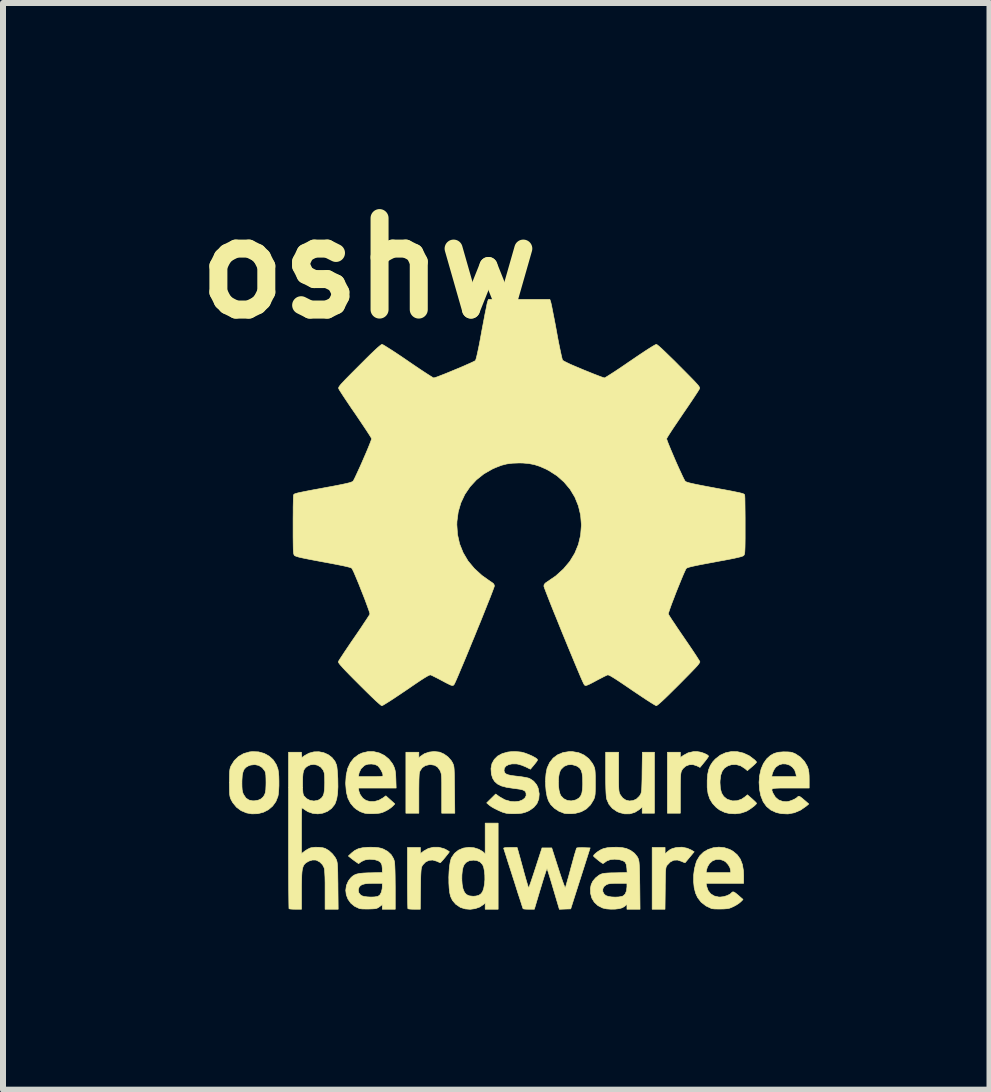
<source format=kicad_pcb>
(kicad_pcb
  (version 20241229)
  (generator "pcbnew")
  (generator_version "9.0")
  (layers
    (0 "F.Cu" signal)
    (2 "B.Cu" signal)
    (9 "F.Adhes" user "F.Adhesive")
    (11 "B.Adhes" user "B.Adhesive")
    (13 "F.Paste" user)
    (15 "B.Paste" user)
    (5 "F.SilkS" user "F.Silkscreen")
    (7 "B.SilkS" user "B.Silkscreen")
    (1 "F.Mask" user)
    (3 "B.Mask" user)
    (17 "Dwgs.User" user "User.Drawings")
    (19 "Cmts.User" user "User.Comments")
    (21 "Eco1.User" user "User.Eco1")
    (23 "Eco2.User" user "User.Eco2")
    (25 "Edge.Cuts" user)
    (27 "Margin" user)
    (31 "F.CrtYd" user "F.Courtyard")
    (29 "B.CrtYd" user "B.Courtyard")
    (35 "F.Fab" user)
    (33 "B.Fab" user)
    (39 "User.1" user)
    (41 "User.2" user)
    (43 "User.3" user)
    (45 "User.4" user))
  (footprint "oshw"
    (layer "F.Cu")
    (at 5.592 7.018)
    (property "Reference" "oshw" (at -2.5 -5.6 0) (layer "F.SilkS") (effects (font (size 1.524 1.524) (thickness 0.3))))
    (attr through_hole)
    (fp_poly (pts (xy 3.019 2.461) (xy 3.066 2.474) (xy 3.11 2.492) (xy 3.144 2.51) (xy 3.161 2.526) (xy 3.162 2.53) (xy 3.155 2.545) (xy 3.134 2.575) (xy 3.105 2.613) (xy 3.091 2.63) (xy 3.02 2.717) (xy 2.968 2.691) (xy 2.903 2.67) (xy 2.839 2.673) (xy 2.781 2.696) (xy 2.733 2.74) (xy 2.715 2.77) (xy 2.708 2.785) (xy 2.703 2.806) (xy 2.699 2.833) (xy 2.696 2.871) (xy 2.694 2.922) (xy 2.693 2.991) (xy 2.692 3.08) (xy 2.692 3.146) (xy 2.692 3.48) (xy 2.477 3.48) (xy 2.477 2.464) (xy 2.692 2.464) (xy 2.692 2.553) (xy 2.743 2.517) (xy 2.822 2.474) (xy 2.911 2.454) (xy 2.975 2.454) (xy 3.019 2.461)) (stroke (width 0.01) (type solid)) (fill yes) (layer "F.SilkS"))
    (fp_poly (pts (xy 2.808 4.064) (xy 2.875 4.094) (xy 2.923 4.123) (xy 2.85 4.211) (xy 2.817 4.251) (xy 2.791 4.282) (xy 2.775 4.301) (xy 2.772 4.304) (xy 2.76 4.302) (xy 2.732 4.291) (xy 2.71 4.281) (xy 2.645 4.26) (xy 2.583 4.263) (xy 2.525 4.292) (xy 2.473 4.346) (xy 2.471 4.348) (xy 2.463 4.36) (xy 2.457 4.374) (xy 2.452 4.393) (xy 2.449 4.42) (xy 2.446 4.459) (xy 2.444 4.512) (xy 2.443 4.583) (xy 2.441 4.675) (xy 2.441 4.732) (xy 2.437 5.08) (xy 2.223 5.08) (xy 2.223 4.051) (xy 2.438 4.051) (xy 2.438 4.158) (xy 2.473 4.125) (xy 2.514 4.092) (xy 2.556 4.07) (xy 2.611 4.055) (xy 2.632 4.051) (xy 2.72 4.046) (xy 2.808 4.064)) (stroke (width 0.01) (type solid)) (fill yes) (layer "F.SilkS"))
    (fp_poly (pts (xy 1.664 2.792) (xy 1.664 2.892) (xy 1.664 2.97) (xy 1.665 3.03) (xy 1.667 3.074) (xy 1.67 3.106) (xy 1.674 3.13) (xy 1.68 3.149) (xy 1.688 3.166) (xy 1.693 3.175) (xy 1.733 3.228) (xy 1.785 3.262) (xy 1.843 3.276) (xy 1.903 3.27) (xy 1.96 3.245) (xy 2.008 3.199) (xy 2.025 3.175) (xy 2.033 3.16) (xy 2.039 3.143) (xy 2.044 3.12) (xy 2.048 3.089) (xy 2.05 3.046) (xy 2.052 2.988) (xy 2.054 2.912) (xy 2.055 2.814) (xy 2.055 2.797) (xy 2.06 2.464) (xy 2.261 2.464) (xy 2.261 3.48) (xy 2.057 3.48) (xy 2.057 3.376) (xy 2.007 3.42) (xy 1.934 3.466) (xy 1.852 3.49) (xy 1.765 3.491) (xy 1.677 3.469) (xy 1.636 3.451) (xy 1.559 3.398) (xy 1.503 3.331) (xy 1.467 3.249) (xy 1.462 3.225) (xy 1.458 3.193) (xy 1.454 3.139) (xy 1.451 3.067) (xy 1.449 2.98) (xy 1.448 2.881) (xy 1.448 2.812) (xy 1.448 2.464) (xy 1.664 2.464) (xy 1.664 2.792)) (stroke (width 0.01) (type solid)) (fill yes) (layer "F.SilkS"))
    (fp_poly (pts (xy -1.335 4.047) (xy -1.25 4.069) (xy -1.222 4.081) (xy -1.187 4.101) (xy -1.163 4.116) (xy -1.156 4.122) (xy -1.163 4.135) (xy -1.183 4.161) (xy -1.21 4.195) (xy -1.24 4.232) (xy -1.269 4.266) (xy -1.293 4.292) (xy -1.306 4.305) (xy -1.307 4.305) (xy -1.321 4.3) (xy -1.35 4.287) (xy -1.368 4.279) (xy -1.433 4.26) (xy -1.495 4.265) (xy -1.552 4.293) (xy -1.599 4.342) (xy -1.61 4.36) (xy -1.617 4.376) (xy -1.622 4.396) (xy -1.626 4.424) (xy -1.629 4.464) (xy -1.632 4.518) (xy -1.634 4.589) (xy -1.635 4.681) (xy -1.636 4.74) (xy -1.64 5.08) (xy -1.739 5.08) (xy -1.787 5.079) (xy -1.824 5.076) (xy -1.844 5.072) (xy -1.846 5.072) (xy -1.848 5.057) (xy -1.849 5.021) (xy -1.851 4.964) (xy -1.852 4.89) (xy -1.853 4.802) (xy -1.854 4.702) (xy -1.854 4.593) (xy -1.854 4.557) (xy -1.854 4.051) (xy -1.638 4.051) (xy -1.638 4.153) (xy -1.581 4.109) (xy -1.507 4.068) (xy -1.423 4.047) (xy -1.335 4.047)) (stroke (width 0.01) (type solid)) (fill yes) (layer "F.SilkS"))
    (fp_poly (pts (xy -1.328 2.461) (xy -1.313 2.464) (xy -1.244 2.495) (xy -1.178 2.543) (xy -1.125 2.603) (xy -1.105 2.636) (xy -1.096 2.654) (xy -1.089 2.672) (xy -1.083 2.691) (xy -1.079 2.716) (xy -1.076 2.749) (xy -1.074 2.794) (xy -1.072 2.853) (xy -1.071 2.93) (xy -1.07 3.028) (xy -1.069 3.089) (xy -1.065 3.48) (xy -1.283 3.48) (xy -1.283 3.152) (xy -1.283 3.052) (xy -1.283 2.974) (xy -1.284 2.915) (xy -1.286 2.87) (xy -1.289 2.837) (xy -1.294 2.813) (xy -1.3 2.794) (xy -1.307 2.776) (xy -1.311 2.768) (xy -1.35 2.713) (xy -1.401 2.681) (xy -1.466 2.67) (xy -1.49 2.671) (xy -1.557 2.687) (xy -1.609 2.723) (xy -1.641 2.77) (xy -1.648 2.785) (xy -1.654 2.806) (xy -1.658 2.833) (xy -1.66 2.871) (xy -1.662 2.922) (xy -1.663 2.991) (xy -1.664 3.08) (xy -1.664 3.146) (xy -1.664 3.48) (xy -1.88 3.48) (xy -1.88 2.464) (xy -1.664 2.464) (xy -1.664 2.557) (xy -1.635 2.531) (xy -1.572 2.489) (xy -1.494 2.462) (xy -1.41 2.452) (xy -1.328 2.461)) (stroke (width 0.01) (type solid)) (fill yes) (layer "F.SilkS"))
    (fp_poly (pts (xy 3.643 2.455) (xy 3.742 2.478) (xy 3.838 2.522) (xy 3.926 2.588) (xy 3.927 2.589) (xy 3.95 2.612) (xy 3.962 2.628) (xy 3.962 2.63) (xy 3.953 2.642) (xy 3.93 2.666) (xy 3.896 2.697) (xy 3.886 2.705) (xy 3.81 2.771) (xy 3.769 2.736) (xy 3.697 2.69) (xy 3.622 2.669) (xy 3.544 2.672) (xy 3.485 2.691) (xy 3.429 2.727) (xy 3.39 2.779) (xy 3.365 2.848) (xy 3.354 2.937) (xy 3.353 2.972) (xy 3.359 3.067) (xy 3.379 3.143) (xy 3.414 3.2) (xy 3.464 3.242) (xy 3.485 3.252) (xy 3.562 3.275) (xy 3.64 3.272) (xy 3.715 3.245) (xy 3.769 3.208) (xy 3.81 3.173) (xy 3.886 3.239) (xy 3.922 3.272) (xy 3.949 3.298) (xy 3.962 3.314) (xy 3.962 3.316) (xy 3.952 3.332) (xy 3.926 3.357) (xy 3.888 3.386) (xy 3.846 3.416) (xy 3.803 3.442) (xy 3.785 3.451) (xy 3.702 3.478) (xy 3.607 3.49) (xy 3.51 3.485) (xy 3.433 3.467) (xy 3.347 3.426) (xy 3.29 3.383) (xy 3.228 3.316) (xy 3.183 3.241) (xy 3.154 3.154) (xy 3.14 3.051) (xy 3.14 2.933) (xy 3.148 2.833) (xy 3.165 2.752) (xy 3.193 2.685) (xy 3.233 2.624) (xy 3.275 2.578) (xy 3.356 2.514) (xy 3.446 2.473) (xy 3.543 2.453) (xy 3.643 2.455)) (stroke (width 0.01) (type solid)) (fill yes) (layer "F.SilkS"))
    (fp_poly (pts (xy -0.343 5.08) (xy -0.559 5.08) (xy -0.559 4.974) (xy -0.587 5.001) (xy -0.65 5.043) (xy -0.726 5.07) (xy -0.809 5.081) (xy -0.893 5.074) (xy -0.97 5.05) (xy -0.975 5.047) (xy -1.049 4.997) (xy -1.105 4.931) (xy -1.136 4.865) (xy -1.15 4.804) (xy -1.159 4.728) (xy -1.164 4.64) (xy -1.164 4.588) (xy -0.948 4.588) (xy -0.943 4.662) (xy -0.928 4.741) (xy -0.904 4.798) (xy -0.87 4.836) (xy -0.822 4.857) (xy -0.759 4.864) (xy -0.758 4.864) (xy -0.713 4.86) (xy -0.673 4.85) (xy -0.662 4.846) (xy -0.626 4.82) (xy -0.601 4.784) (xy -0.583 4.731) (xy -0.57 4.661) (xy -0.564 4.588) (xy -0.565 4.513) (xy -0.572 4.442) (xy -0.584 4.381) (xy -0.601 4.339) (xy -0.602 4.337) (xy -0.644 4.292) (xy -0.699 4.268) (xy -0.756 4.262) (xy -0.823 4.271) (xy -0.876 4.299) (xy -0.909 4.337) (xy -0.927 4.379) (xy -0.94 4.439) (xy -0.947 4.511) (xy -0.948 4.588) (xy -1.164 4.588) (xy -1.165 4.548) (xy -1.161 4.456) (xy -1.154 4.37) (xy -1.142 4.296) (xy -1.127 4.238) (xy -1.119 4.22) (xy -1.069 4.148) (xy -1.003 4.095) (xy -0.922 4.061) (xy -0.829 4.048) (xy -0.826 4.048) (xy -0.743 4.056) (xy -0.665 4.081) (xy -0.6 4.119) (xy -0.588 4.13) (xy -0.559 4.157) (xy -0.559 3.645) (xy -0.343 3.645) (xy -0.343 5.08)) (stroke (width 0.01) (type solid)) (fill yes) (layer "F.SilkS"))
    (fp_poly (pts (xy 3.426 4.054) (xy 3.516 4.084) (xy 3.571 4.115) (xy 3.64 4.173) (xy 3.692 4.246) (xy 3.726 4.334) (xy 3.744 4.44) (xy 3.747 4.515) (xy 3.747 4.648) (xy 3.121 4.648) (xy 3.13 4.696) (xy 3.155 4.768) (xy 3.198 4.823) (xy 3.257 4.859) (xy 3.331 4.876) (xy 3.355 4.877) (xy 3.415 4.87) (xy 3.473 4.852) (xy 3.521 4.828) (xy 3.542 4.809) (xy 3.556 4.795) (xy 3.57 4.79) (xy 3.589 4.795) (xy 3.616 4.813) (xy 3.656 4.846) (xy 3.69 4.876) (xy 3.737 4.917) (xy 3.7 4.955) (xy 3.67 4.98) (xy 3.626 5.009) (xy 3.582 5.033) (xy 3.54 5.052) (xy 3.505 5.065) (xy 3.467 5.071) (xy 3.418 5.075) (xy 3.372 5.076) (xy 3.314 5.076) (xy 3.263 5.075) (xy 3.226 5.071) (xy 3.213 5.069) (xy 3.12 5.025) (xy 3.039 4.962) (xy 2.98 4.885) (xy 2.946 4.811) (xy 2.923 4.72) (xy 2.913 4.619) (xy 2.914 4.513) (xy 2.919 4.47) (xy 3.121 4.47) (xy 3.531 4.47) (xy 3.531 4.441) (xy 3.52 4.39) (xy 3.491 4.338) (xy 3.45 4.293) (xy 3.416 4.27) (xy 3.351 4.249) (xy 3.287 4.251) (xy 3.228 4.274) (xy 3.18 4.316) (xy 3.144 4.374) (xy 3.13 4.423) (xy 3.121 4.47) (xy 2.919 4.47) (xy 2.927 4.408) (xy 2.953 4.31) (xy 2.969 4.267) (xy 3.016 4.19) (xy 3.079 4.128) (xy 3.156 4.083) (xy 3.242 4.055) (xy 3.334 4.045) (xy 3.426 4.054)) (stroke (width 0.01) (type solid)) (fill yes) (layer "F.SilkS"))
    (fp_poly (pts (xy 0.896 2.454) (xy 0.999 2.472) (xy 1.09 2.512) (xy 1.167 2.572) (xy 1.228 2.651) (xy 1.249 2.691) (xy 1.259 2.715) (xy 1.266 2.739) (xy 1.271 2.769) (xy 1.274 2.809) (xy 1.276 2.864) (xy 1.276 2.938) (xy 1.276 2.972) (xy 1.276 3.054) (xy 1.275 3.115) (xy 1.273 3.16) (xy 1.268 3.194) (xy 1.262 3.22) (xy 1.253 3.243) (xy 1.249 3.253) (xy 1.196 3.34) (xy 1.127 3.408) (xy 1.043 3.455) (xy 0.945 3.482) (xy 0.893 3.487) (xy 0.84 3.488) (xy 0.791 3.486) (xy 0.758 3.482) (xy 0.756 3.481) (xy 0.671 3.448) (xy 0.595 3.398) (xy 0.533 3.336) (xy 0.495 3.272) (xy 0.472 3.201) (xy 0.456 3.112) (xy 0.448 3.014) (xy 0.447 2.953) (xy 0.661 2.953) (xy 0.663 3.029) (xy 0.672 3.1) (xy 0.688 3.159) (xy 0.703 3.19) (xy 0.749 3.238) (xy 0.808 3.267) (xy 0.874 3.275) (xy 0.942 3.261) (xy 0.967 3.25) (xy 1.005 3.226) (xy 1.032 3.193) (xy 1.051 3.149) (xy 1.061 3.09) (xy 1.066 3.011) (xy 1.066 2.972) (xy 1.064 2.884) (xy 1.056 2.817) (xy 1.042 2.768) (xy 1.019 2.732) (xy 0.986 2.705) (xy 0.957 2.69) (xy 0.886 2.67) (xy 0.818 2.674) (xy 0.757 2.699) (xy 0.708 2.746) (xy 0.694 2.767) (xy 0.676 2.815) (xy 0.665 2.879) (xy 0.661 2.953) (xy 0.447 2.953) (xy 0.447 2.914) (xy 0.455 2.819) (xy 0.471 2.737) (xy 0.474 2.726) (xy 0.515 2.637) (xy 0.573 2.563) (xy 0.648 2.507) (xy 0.737 2.47) (xy 0.836 2.454) (xy 0.896 2.454)) (stroke (width 0.01) (type solid)) (fill yes) (layer "F.SilkS"))
    (fp_poly (pts (xy -2.416 2.454) (xy -2.323 2.476) (xy -2.237 2.518) (xy -2.163 2.579) (xy -2.103 2.657) (xy -2.085 2.692) (xy -2.07 2.728) (xy -2.06 2.764) (xy -2.053 2.806) (xy -2.049 2.862) (xy -2.047 2.911) (xy -2.042 3.061) (xy -2.667 3.061) (xy -2.667 3.09) (xy -2.661 3.118) (xy -2.647 3.157) (xy -2.638 3.175) (xy -2.597 3.231) (xy -2.542 3.268) (xy -2.476 3.286) (xy -2.405 3.285) (xy -2.331 3.265) (xy -2.259 3.224) (xy -2.254 3.22) (xy -2.214 3.19) (xy -2.139 3.257) (xy -2.064 3.325) (xy -2.102 3.365) (xy -2.134 3.392) (xy -2.178 3.422) (xy -2.219 3.444) (xy -2.265 3.465) (xy -2.307 3.477) (xy -2.356 3.484) (xy -2.409 3.487) (xy -2.467 3.488) (xy -2.521 3.486) (xy -2.561 3.481) (xy -2.569 3.479) (xy -2.641 3.454) (xy -2.707 3.413) (xy -2.745 3.382) (xy -2.803 3.313) (xy -2.846 3.228) (xy -2.872 3.126) (xy -2.882 3.004) (xy -2.883 2.976) (xy -2.876 2.87) (xy -2.67 2.87) (xy -2.465 2.87) (xy -2.389 2.87) (xy -2.334 2.869) (xy -2.297 2.867) (xy -2.275 2.864) (xy -2.264 2.858) (xy -2.261 2.851) (xy -2.261 2.847) (xy -2.269 2.814) (xy -2.289 2.771) (xy -2.316 2.728) (xy -2.345 2.694) (xy -2.354 2.687) (xy -2.398 2.667) (xy -2.454 2.66) (xy -2.511 2.663) (xy -2.56 2.679) (xy -2.573 2.687) (xy -2.627 2.739) (xy -2.657 2.8) (xy -2.663 2.823) (xy -2.67 2.87) (xy -2.876 2.87) (xy -2.874 2.844) (xy -2.848 2.731) (xy -2.804 2.637) (xy -2.744 2.561) (xy -2.666 2.503) (xy -2.609 2.477) (xy -2.513 2.454) (xy -2.416 2.454)) (stroke (width 0.01) (type solid)) (fill yes) (layer "F.SilkS"))
    (fp_poly (pts (xy -4.335 2.458) (xy -4.241 2.484) (xy -4.158 2.53) (xy -4.089 2.593) (xy -4.038 2.673) (xy -4.011 2.747) (xy -4.003 2.797) (xy -3.997 2.864) (xy -3.995 2.942) (xy -3.995 3.023) (xy -3.999 3.099) (xy -4.005 3.162) (xy -4.011 3.197) (xy -4.046 3.286) (xy -4.101 3.362) (xy -4.171 3.422) (xy -4.254 3.464) (xy -4.347 3.488) (xy -4.446 3.491) (xy -4.535 3.475) (xy -4.624 3.438) (xy -4.702 3.38) (xy -4.765 3.303) (xy -4.793 3.252) (xy -4.803 3.228) (xy -4.81 3.204) (xy -4.815 3.173) (xy -4.818 3.133) (xy -4.819 3.077) (xy -4.82 3.002) (xy -4.82 2.973) (xy -4.612 2.973) (xy -4.611 3.039) (xy -4.608 3.086) (xy -4.602 3.121) (xy -4.593 3.15) (xy -4.582 3.172) (xy -4.544 3.228) (xy -4.494 3.261) (xy -4.431 3.274) (xy -4.397 3.273) (xy -4.341 3.263) (xy -4.299 3.245) (xy -4.295 3.242) (xy -4.262 3.214) (xy -4.239 3.182) (xy -4.223 3.143) (xy -4.214 3.091) (xy -4.211 3.021) (xy -4.21 2.972) (xy -4.211 2.9) (xy -4.213 2.848) (xy -4.218 2.811) (xy -4.226 2.784) (xy -4.232 2.773) (xy -4.275 2.719) (xy -4.331 2.684) (xy -4.397 2.67) (xy -4.466 2.678) (xy -4.501 2.69) (xy -4.542 2.714) (xy -4.573 2.746) (xy -4.593 2.79) (xy -4.606 2.849) (xy -4.611 2.928) (xy -4.612 2.973) (xy -4.82 2.973) (xy -4.82 2.972) (xy -4.819 2.89) (xy -4.818 2.828) (xy -4.816 2.783) (xy -4.812 2.75) (xy -4.806 2.724) (xy -4.797 2.7) (xy -4.793 2.691) (xy -4.739 2.604) (xy -4.669 2.536) (xy -4.584 2.487) (xy -4.486 2.459) (xy -4.439 2.454) (xy -4.335 2.458)) (stroke (width 0.01) (type solid)) (fill yes) (layer "F.SilkS"))
    (fp_poly (pts (xy 4.485 2.459) (xy 4.529 2.463) (xy 4.565 2.472) (xy 4.603 2.488) (xy 4.613 2.493) (xy 4.692 2.545) (xy 4.759 2.616) (xy 4.807 2.698) (xy 4.813 2.713) (xy 4.826 2.754) (xy 4.834 2.8) (xy 4.838 2.856) (xy 4.839 2.921) (xy 4.839 3.061) (xy 4.528 3.061) (xy 4.428 3.061) (xy 4.351 3.061) (xy 4.294 3.063) (xy 4.255 3.066) (xy 4.23 3.072) (xy 4.219 3.082) (xy 4.217 3.096) (xy 4.223 3.115) (xy 4.233 3.14) (xy 4.236 3.147) (xy 4.276 3.213) (xy 4.33 3.259) (xy 4.399 3.284) (xy 4.458 3.289) (xy 4.498 3.283) (xy 4.547 3.267) (xy 4.596 3.245) (xy 4.634 3.221) (xy 4.646 3.209) (xy 4.657 3.199) (xy 4.671 3.198) (xy 4.69 3.207) (xy 4.72 3.229) (xy 4.763 3.266) (xy 4.782 3.282) (xy 4.832 3.326) (xy 4.794 3.359) (xy 4.697 3.427) (xy 4.593 3.472) (xy 4.485 3.492) (xy 4.373 3.487) (xy 4.289 3.468) (xy 4.2 3.427) (xy 4.128 3.367) (xy 4.072 3.288) (xy 4.033 3.189) (xy 4.012 3.085) (xy 4.004 2.964) (xy 4.012 2.87) (xy 4.214 2.87) (xy 4.626 2.87) (xy 4.618 2.823) (xy 4.597 2.76) (xy 4.559 2.712) (xy 4.51 2.678) (xy 4.452 2.66) (xy 4.393 2.658) (xy 4.336 2.675) (xy 4.285 2.711) (xy 4.261 2.742) (xy 4.24 2.782) (xy 4.225 2.822) (xy 4.223 2.829) (xy 4.214 2.87) (xy 4.012 2.87) (xy 4.014 2.849) (xy 4.038 2.743) (xy 4.077 2.652) (xy 4.129 2.578) (xy 4.135 2.571) (xy 4.193 2.519) (xy 4.253 2.485) (xy 4.321 2.465) (xy 4.404 2.458) (xy 4.426 2.458) (xy 4.485 2.459)) (stroke (width 0.01) (type solid)) (fill yes) (layer "F.SilkS"))
    (fp_poly (pts (xy -2.393 4.049) (xy -2.339 4.054) (xy -2.294 4.064) (xy -2.258 4.076) (xy -2.184 4.116) (xy -2.125 4.171) (xy -2.085 4.238) (xy -2.071 4.281) (xy -2.067 4.312) (xy -2.064 4.365) (xy -2.061 4.437) (xy -2.059 4.524) (xy -2.058 4.623) (xy -2.057 4.712) (xy -2.057 5.08) (xy -2.273 5.08) (xy -2.273 5.003) (xy -2.32 5.038) (xy -2.343 5.054) (xy -2.366 5.065) (xy -2.394 5.071) (xy -2.436 5.074) (xy -2.494 5.076) (xy -2.552 5.076) (xy -2.604 5.075) (xy -2.642 5.071) (xy -2.654 5.069) (xy -2.734 5.031) (xy -2.798 4.978) (xy -2.844 4.913) (xy -2.873 4.839) (xy -2.882 4.762) (xy -2.881 4.759) (xy -2.673 4.759) (xy -2.665 4.804) (xy -2.636 4.841) (xy -2.612 4.856) (xy -2.576 4.867) (xy -2.523 4.874) (xy -2.463 4.877) (xy -2.405 4.875) (xy -2.358 4.868) (xy -2.343 4.864) (xy -2.311 4.839) (xy -2.288 4.795) (xy -2.275 4.737) (xy -2.273 4.706) (xy -2.273 4.648) (xy -2.415 4.648) (xy -2.498 4.65) (xy -2.56 4.656) (xy -2.605 4.668) (xy -2.636 4.685) (xy -2.658 4.711) (xy -2.66 4.714) (xy -2.673 4.759) (xy -2.881 4.759) (xy -2.871 4.684) (xy -2.838 4.609) (xy -2.802 4.561) (xy -2.772 4.532) (xy -2.739 4.51) (xy -2.7 4.494) (xy -2.65 4.483) (xy -2.585 4.477) (xy -2.5 4.473) (xy -2.473 4.473) (xy -2.273 4.468) (xy -2.273 4.4) (xy -2.28 4.34) (xy -2.302 4.298) (xy -2.342 4.271) (xy -2.4 4.254) (xy -2.486 4.247) (xy -2.561 4.258) (xy -2.622 4.286) (xy -2.626 4.289) (xy -2.668 4.32) (xy -2.715 4.288) (xy -2.755 4.259) (xy -2.794 4.229) (xy -2.8 4.224) (xy -2.838 4.193) (xy -2.785 4.143) (xy -2.733 4.102) (xy -2.675 4.073) (xy -2.605 4.056) (xy -2.519 4.048) (xy -2.464 4.047) (xy -2.393 4.049)) (stroke (width 0.01) (type solid)) (fill yes) (layer "F.SilkS"))
    (fp_poly (pts (xy -0.003 2.457) (xy 0.044 2.462) (xy 0.1 2.477) (xy 0.164 2.501) (xy 0.227 2.529) (xy 0.278 2.557) (xy 0.297 2.571) (xy 0.308 2.58) (xy 0.312 2.589) (xy 0.309 2.603) (xy 0.295 2.624) (xy 0.269 2.657) (xy 0.23 2.705) (xy 0.225 2.71) (xy 0.195 2.747) (xy 0.112 2.706) (xy 0.048 2.68) (xy -0.016 2.662) (xy -0.042 2.658) (xy -0.111 2.658) (xy -0.169 2.671) (xy -0.213 2.695) (xy -0.239 2.729) (xy -0.245 2.769) (xy -0.24 2.79) (xy -0.228 2.812) (xy -0.207 2.828) (xy -0.173 2.841) (xy -0.122 2.852) (xy -0.052 2.861) (xy -0.016 2.865) (xy 0.048 2.873) (xy 0.108 2.883) (xy 0.155 2.893) (xy 0.182 2.902) (xy 0.249 2.947) (xy 0.299 3.008) (xy 0.324 3.064) (xy 0.341 3.158) (xy 0.334 3.243) (xy 0.304 3.319) (xy 0.251 3.383) (xy 0.177 3.435) (xy 0.151 3.448) (xy 0.102 3.467) (xy 0.056 3.479) (xy 0.001 3.485) (xy -0.044 3.487) (xy -0.104 3.488) (xy -0.161 3.486) (xy -0.206 3.481) (xy -0.215 3.479) (xy -0.268 3.464) (xy -0.331 3.437) (xy -0.397 3.405) (xy -0.455 3.372) (xy -0.493 3.344) (xy -0.534 3.308) (xy -0.459 3.234) (xy -0.384 3.16) (xy -0.319 3.207) (xy -0.23 3.257) (xy -0.136 3.284) (xy -0.065 3.289) (xy 0.004 3.281) (xy 0.06 3.26) (xy 0.101 3.229) (xy 0.123 3.189) (xy 0.122 3.146) (xy 0.113 3.123) (xy 0.096 3.106) (xy 0.067 3.092) (xy 0.022 3.081) (xy -0.041 3.072) (xy -0.094 3.065) (xy -0.202 3.049) (xy -0.288 3.026) (xy -0.354 2.993) (xy -0.402 2.95) (xy -0.435 2.896) (xy -0.456 2.827) (xy -0.456 2.825) (xy -0.462 2.735) (xy -0.446 2.654) (xy -0.408 2.585) (xy -0.351 2.528) (xy -0.275 2.487) (xy -0.182 2.461) (xy -0.127 2.455) (xy -0.066 2.453) (xy -0.003 2.457)) (stroke (width 0.01) (type solid)) (fill yes) (layer "F.SilkS"))
    (fp_poly (pts (xy -0.008 4.115) (xy 0.000434 4.147) (xy 0.015 4.198) (xy 0.033 4.264) (xy 0.054 4.341) (xy 0.077 4.424) (xy 0.084 4.452) (xy 0.106 4.531) (xy 0.126 4.601) (xy 0.143 4.658) (xy 0.156 4.7) (xy 0.164 4.722) (xy 0.165 4.724) (xy 0.171 4.713) (xy 0.183 4.68) (xy 0.201 4.629) (xy 0.223 4.564) (xy 0.249 4.486) (xy 0.277 4.4) (xy 0.28 4.391) (xy 0.388 4.058) (xy 0.55 4.058) (xy 0.659 4.397) (xy 0.687 4.484) (xy 0.713 4.562) (xy 0.736 4.627) (xy 0.755 4.678) (xy 0.768 4.71) (xy 0.776 4.721) (xy 0.776 4.721) (xy 0.782 4.705) (xy 0.793 4.668) (xy 0.808 4.613) (xy 0.828 4.544) (xy 0.85 4.464) (xy 0.87 4.388) (xy 0.894 4.302) (xy 0.915 4.224) (xy 0.934 4.157) (xy 0.95 4.106) (xy 0.96 4.072) (xy 0.965 4.06) (xy 0.981 4.056) (xy 1.016 4.054) (xy 1.063 4.053) (xy 1.082 4.054) (xy 1.19 4.058) (xy 1.028 4.566) (xy 0.866 5.074) (xy 0.771 5.077) (xy 0.677 5.081) (xy 0.578 4.747) (xy 0.552 4.659) (xy 0.528 4.579) (xy 0.507 4.511) (xy 0.49 4.457) (xy 0.478 4.42) (xy 0.472 4.405) (xy 0.471 4.404) (xy 0.466 4.414) (xy 0.454 4.445) (xy 0.438 4.494) (xy 0.417 4.558) (xy 0.393 4.636) (xy 0.367 4.722) (xy 0.362 4.738) (xy 0.26 5.08) (xy 0.169 5.08) (xy 0.124 5.079) (xy 0.089 5.076) (xy 0.072 5.071) (xy 0.072 5.07) (xy 0.067 5.057) (xy 0.055 5.021) (xy 0.038 4.967) (xy 0.015 4.896) (xy -0.013 4.812) (xy -0.043 4.716) (xy -0.076 4.612) (xy -0.089 4.572) (xy -0.123 4.465) (xy -0.155 4.366) (xy -0.184 4.276) (xy -0.208 4.199) (xy -0.228 4.137) (xy -0.242 4.093) (xy -0.25 4.07) (xy -0.251 4.067) (xy -0.247 4.059) (xy -0.227 4.054) (xy -0.187 4.052) (xy -0.142 4.051) (xy -0.027 4.051) (xy -0.008 4.115)) (stroke (width 0.01) (type solid)) (fill yes) (layer "F.SilkS"))
    (fp_poly (pts (xy 1.722 4.053) (xy 1.79 4.067) (xy 1.791 4.067) (xy 1.864 4.1) (xy 1.928 4.147) (xy 1.975 4.205) (xy 1.989 4.232) (xy 1.995 4.25) (xy 2.001 4.271) (xy 2.005 4.299) (xy 2.008 4.337) (xy 2.011 4.386) (xy 2.013 4.452) (xy 2.015 4.535) (xy 2.016 4.64) (xy 2.017 4.683) (xy 2.021 5.08) (xy 1.803 5.08) (xy 1.803 5.032) (xy 1.802 5.003) (xy 1.797 4.997) (xy 1.789 5.008) (xy 1.769 5.028) (xy 1.736 5.049) (xy 1.723 5.056) (xy 1.673 5.07) (xy 1.607 5.078) (xy 1.535 5.079) (xy 1.464 5.074) (xy 1.405 5.061) (xy 1.398 5.059) (xy 1.319 5.019) (xy 1.259 4.963) (xy 1.217 4.893) (xy 1.196 4.812) (xy 1.196 4.743) (xy 1.4 4.743) (xy 1.401 4.787) (xy 1.423 4.828) (xy 1.451 4.852) (xy 1.491 4.866) (xy 1.546 4.875) (xy 1.608 4.878) (xy 1.669 4.875) (xy 1.72 4.865) (xy 1.74 4.858) (xy 1.773 4.827) (xy 1.795 4.775) (xy 1.803 4.706) (xy 1.803 4.696) (xy 1.803 4.648) (xy 1.654 4.648) (xy 1.583 4.649) (xy 1.531 4.652) (xy 1.494 4.658) (xy 1.466 4.668) (xy 1.461 4.67) (xy 1.42 4.702) (xy 1.4 4.743) (xy 1.196 4.743) (xy 1.196 4.724) (xy 1.207 4.67) (xy 1.234 4.613) (xy 1.28 4.558) (xy 1.337 4.513) (xy 1.351 4.505) (xy 1.374 4.494) (xy 1.399 4.486) (xy 1.431 4.481) (xy 1.474 4.477) (xy 1.534 4.474) (xy 1.605 4.473) (xy 1.806 4.468) (xy 1.801 4.393) (xy 1.792 4.335) (xy 1.773 4.296) (xy 1.738 4.272) (xy 1.683 4.256) (xy 1.676 4.254) (xy 1.598 4.246) (xy 1.527 4.253) (xy 1.469 4.274) (xy 1.449 4.288) (xy 1.423 4.307) (xy 1.405 4.318) (xy 1.404 4.318) (xy 1.389 4.311) (xy 1.361 4.292) (xy 1.327 4.266) (xy 1.293 4.238) (xy 1.264 4.213) (xy 1.247 4.196) (xy 1.245 4.192) (xy 1.255 4.173) (xy 1.282 4.147) (xy 1.32 4.118) (xy 1.362 4.092) (xy 1.403 4.073) (xy 1.411 4.07) (xy 1.476 4.055) (xy 1.555 4.048) (xy 1.64 4.047) (xy 1.722 4.053)) (stroke (width 0.01) (type solid)) (fill yes) (layer "F.SilkS"))
    (fp_poly (pts (xy -3.248 2.472) (xy -3.174 2.505) (xy -3.11 2.554) (xy -3.061 2.617) (xy -3.035 2.678) (xy -3.029 2.708) (xy -3.024 2.756) (xy -3.019 2.818) (xy -3.015 2.887) (xy -3.014 2.908) (xy -3.012 3.041) (xy -3.018 3.151) (xy -3.032 3.239) (xy -3.054 3.308) (xy -3.067 3.335) (xy -3.119 3.4) (xy -3.186 3.449) (xy -3.264 3.479) (xy -3.347 3.491) (xy -3.431 3.483) (xy -3.512 3.455) (xy -3.564 3.422) (xy -3.591 3.403) (xy -3.61 3.392) (xy -3.612 3.391) (xy -3.614 3.403) (xy -3.616 3.438) (xy -3.617 3.491) (xy -3.618 3.561) (xy -3.619 3.644) (xy -3.619 3.736) (xy -3.619 3.772) (xy -3.619 4.153) (xy -3.562 4.109) (xy -3.52 4.082) (xy -3.478 4.061) (xy -3.457 4.055) (xy -3.394 4.047) (xy -3.325 4.048) (xy -3.262 4.056) (xy -3.224 4.067) (xy -3.163 4.103) (xy -3.105 4.156) (xy -3.059 4.216) (xy -3.046 4.239) (xy -3.037 4.257) (xy -3.031 4.275) (xy -3.026 4.296) (xy -3.022 4.323) (xy -3.019 4.359) (xy -3.017 4.407) (xy -3.015 4.471) (xy -3.014 4.554) (xy -3.012 4.658) (xy -3.012 4.689) (xy -3.008 5.08) (xy -3.226 5.08) (xy -3.226 4.761) (xy -3.226 4.641) (xy -3.228 4.543) (xy -3.232 4.468) (xy -3.236 4.416) (xy -3.241 4.392) (xy -3.268 4.339) (xy -3.313 4.294) (xy -3.366 4.265) (xy -3.386 4.26) (xy -3.439 4.26) (xy -3.496 4.278) (xy -3.546 4.307) (xy -3.572 4.333) (xy -3.586 4.354) (xy -3.596 4.381) (xy -3.605 4.415) (xy -3.611 4.46) (xy -3.615 4.519) (xy -3.617 4.595) (xy -3.619 4.691) (xy -3.619 4.778) (xy -3.619 5.08) (xy -3.719 5.08) (xy -3.767 5.079) (xy -3.805 5.076) (xy -3.825 5.072) (xy -3.827 5.072) (xy -3.828 5.058) (xy -3.829 5.021) (xy -3.83 4.961) (xy -3.831 4.882) (xy -3.832 4.783) (xy -3.833 4.668) (xy -3.834 4.538) (xy -3.834 4.394) (xy -3.835 4.238) (xy -3.835 4.072) (xy -3.835 3.898) (xy -3.835 3.763) (xy -3.835 2.979) (xy -3.6 2.979) (xy -3.6 3.053) (xy -3.598 3.106) (xy -3.595 3.143) (xy -3.589 3.169) (xy -3.58 3.188) (xy -3.578 3.192) (xy -3.533 3.238) (xy -3.476 3.267) (xy -3.412 3.277) (xy -3.349 3.266) (xy -3.317 3.251) (xy -3.285 3.226) (xy -3.262 3.195) (xy -3.246 3.153) (xy -3.237 3.096) (xy -3.233 3.02) (xy -3.232 2.972) (xy -3.233 2.902) (xy -3.235 2.852) (xy -3.239 2.816) (xy -3.247 2.788) (xy -3.258 2.762) (xy -3.258 2.762) (xy -3.297 2.713) (xy -3.35 2.681) (xy -3.41 2.667) (xy -3.471 2.674) (xy -3.519 2.696) (xy -3.549 2.719) (xy -3.57 2.744) (xy -3.585 2.775) (xy -3.594 2.818) (xy -3.599 2.875) (xy -3.6 2.953) (xy -3.6 2.979) (xy -3.835 2.979) (xy -3.835 2.464) (xy -3.621 2.464) (xy -3.613 2.554) (xy -3.57 2.522) (xy -3.494 2.48) (xy -3.412 2.458) (xy -3.329 2.456) (xy -3.248 2.472)) (stroke (width 0.01) (type solid)) (fill yes) (layer "F.SilkS"))
    (fp_poly (pts (xy 0.531 -5.045) (xy 0.536 -5.025) (xy 0.546 -4.983) (xy 0.558 -4.922) (xy 0.573 -4.845) (xy 0.591 -4.755) (xy 0.61 -4.656) (xy 0.629 -4.553) (xy 0.648 -4.447) (xy 0.667 -4.349) (xy 0.685 -4.261) (xy 0.701 -4.186) (xy 0.714 -4.127) (xy 0.724 -4.087) (xy 0.73 -4.069) (xy 0.749 -4.054) (xy 0.792 -4.032) (xy 0.858 -4) (xy 0.949 -3.961) (xy 1.063 -3.913) (xy 1.077 -3.907) (xy 1.164 -3.872) (xy 1.243 -3.84) (xy 1.313 -3.813) (xy 1.368 -3.792) (xy 1.408 -3.778) (xy 1.427 -3.772) (xy 1.428 -3.772) (xy 1.443 -3.779) (xy 1.476 -3.799) (xy 1.525 -3.83) (xy 1.589 -3.871) (xy 1.663 -3.92) (xy 1.746 -3.976) (xy 1.836 -4.038) (xy 1.856 -4.051) (xy 1.948 -4.114) (xy 2.034 -4.172) (xy 2.111 -4.223) (xy 2.178 -4.266) (xy 2.231 -4.299) (xy 2.269 -4.321) (xy 2.289 -4.33) (xy 2.291 -4.331) (xy 2.306 -4.324) (xy 2.334 -4.302) (xy 2.376 -4.265) (xy 2.432 -4.212) (xy 2.504 -4.142) (xy 2.593 -4.056) (xy 2.671 -3.977) (xy 2.76 -3.888) (xy 2.832 -3.815) (xy 2.89 -3.756) (xy 2.934 -3.71) (xy 2.967 -3.674) (xy 2.99 -3.648) (xy 3.004 -3.628) (xy 3.012 -3.614) (xy 3.014 -3.603) (xy 3.012 -3.594) (xy 3.011 -3.591) (xy 3.001 -3.573) (xy 2.979 -3.537) (xy 2.945 -3.485) (xy 2.902 -3.42) (xy 2.851 -3.344) (xy 2.794 -3.26) (xy 2.733 -3.171) (xy 2.731 -3.168) (xy 2.671 -3.079) (xy 2.615 -2.996) (xy 2.565 -2.922) (xy 2.524 -2.859) (xy 2.492 -2.809) (xy 2.472 -2.775) (xy 2.464 -2.76) (xy 2.464 -2.759) (xy 2.469 -2.74) (xy 2.483 -2.701) (xy 2.505 -2.646) (xy 2.532 -2.58) (xy 2.564 -2.505) (xy 2.598 -2.425) (xy 2.633 -2.345) (xy 2.668 -2.267) (xy 2.701 -2.196) (xy 2.729 -2.135) (xy 2.752 -2.088) (xy 2.769 -2.058) (xy 2.774 -2.051) (xy 2.787 -2.042) (xy 2.808 -2.034) (xy 2.841 -2.024) (xy 2.888 -2.013) (xy 2.952 -1.999) (xy 3.033 -1.983) (xy 3.136 -1.963) (xy 3.233 -1.945) (xy 3.361 -1.921) (xy 3.466 -1.902) (xy 3.55 -1.886) (xy 3.617 -1.872) (xy 3.667 -1.862) (xy 3.704 -1.853) (xy 3.73 -1.846) (xy 3.747 -1.839) (xy 3.756 -1.833) (xy 3.762 -1.827) (xy 3.764 -1.821) (xy 3.766 -1.804) (xy 3.768 -1.765) (xy 3.769 -1.706) (xy 3.77 -1.631) (xy 3.771 -1.541) (xy 3.772 -1.441) (xy 3.772 -1.334) (xy 3.772 -1.321) (xy 3.772 -1.197) (xy 3.772 -1.096) (xy 3.771 -1.016) (xy 3.77 -0.953) (xy 3.768 -0.906) (xy 3.766 -0.871) (xy 3.763 -0.847) (xy 3.759 -0.831) (xy 3.754 -0.821) (xy 3.75 -0.816) (xy 3.74 -0.808) (xy 3.722 -0.8) (xy 3.693 -0.791) (xy 3.651 -0.781) (xy 3.595 -0.768) (xy 3.521 -0.753) (xy 3.427 -0.735) (xy 3.311 -0.714) (xy 3.271 -0.706) (xy 3.141 -0.682) (xy 3.035 -0.662) (xy 2.951 -0.645) (xy 2.887 -0.631) (xy 2.84 -0.619) (xy 2.81 -0.609) (xy 2.794 -0.601) (xy 2.793 -0.6) (xy 2.782 -0.582) (xy 2.764 -0.544) (xy 2.74 -0.49) (xy 2.712 -0.423) (xy 2.681 -0.347) (xy 2.648 -0.266) (xy 2.615 -0.183) (xy 2.584 -0.101) (xy 2.554 -0.024) (xy 2.529 0.044) (xy 2.51 0.1) (xy 2.497 0.14) (xy 2.492 0.161) (xy 2.492 0.162) (xy 2.501 0.177) (xy 2.522 0.211) (xy 2.554 0.261) (xy 2.596 0.323) (xy 2.645 0.397) (xy 2.7 0.478) (xy 2.753 0.555) (xy 2.813 0.643) (xy 2.868 0.724) (xy 2.917 0.797) (xy 2.958 0.859) (xy 2.989 0.908) (xy 3.009 0.94) (xy 3.017 0.954) (xy 3.017 0.963) (xy 3.01 0.976) (xy 2.997 0.996) (xy 2.974 1.024) (xy 2.941 1.06) (xy 2.895 1.108) (xy 2.836 1.169) (xy 2.762 1.244) (xy 2.672 1.335) (xy 2.569 1.437) (xy 2.482 1.523) (xy 2.411 1.591) (xy 2.356 1.641) (xy 2.317 1.674) (xy 2.296 1.688) (xy 2.293 1.689) (xy 2.276 1.682) (xy 2.242 1.662) (xy 2.192 1.631) (xy 2.128 1.59) (xy 2.054 1.541) (xy 1.972 1.486) (xy 1.887 1.429) (xy 1.782 1.357) (xy 1.696 1.299) (xy 1.628 1.254) (xy 1.574 1.22) (xy 1.534 1.196) (xy 1.506 1.182) (xy 1.488 1.176) (xy 1.481 1.176) (xy 1.46 1.185) (xy 1.422 1.203) (xy 1.372 1.229) (xy 1.314 1.259) (xy 1.303 1.265) (xy 1.234 1.302) (xy 1.183 1.328) (xy 1.147 1.344) (xy 1.123 1.352) (xy 1.108 1.352) (xy 1.097 1.345) (xy 1.088 1.332) (xy 1.087 1.331) (xy 1.077 1.311) (xy 1.058 1.27) (xy 1.032 1.211) (xy 1 1.135) (xy 0.963 1.047) (xy 0.921 0.947) (xy 0.876 0.838) (xy 0.828 0.723) (xy 0.779 0.603) (xy 0.729 0.482) (xy 0.68 0.361) (xy 0.633 0.244) (xy 0.587 0.132) (xy 0.545 0.027) (xy 0.508 -0.067) (xy 0.476 -0.149) (xy 0.45 -0.216) (xy 0.431 -0.266) (xy 0.421 -0.296) (xy 0.419 -0.304) (xy 0.425 -0.332) (xy 0.445 -0.355) (xy 0.467 -0.37) (xy 0.617 -0.473) (xy 0.745 -0.589) (xy 0.851 -0.715) (xy 0.934 -0.851) (xy 0.994 -0.997) (xy 1.031 -1.152) (xy 1.044 -1.316) (xy 1.044 -1.327) (xy 1.031 -1.487) (xy 0.994 -1.64) (xy 0.936 -1.784) (xy 0.856 -1.917) (xy 0.756 -2.036) (xy 0.638 -2.141) (xy 0.502 -2.228) (xy 0.452 -2.254) (xy 0.352 -2.298) (xy 0.262 -2.327) (xy 0.171 -2.345) (xy 0.071 -2.354) (xy 0.006 -2.355) (xy -0.104 -2.351) (xy -0.198 -2.339) (xy -0.288 -2.316) (xy -0.381 -2.28) (xy -0.44 -2.254) (xy -0.581 -2.173) (xy -0.705 -2.074) (xy -0.811 -1.959) (xy -0.898 -1.831) (xy -0.964 -1.691) (xy -1.008 -1.541) (xy -1.029 -1.383) (xy -1.031 -1.327) (xy -1.02 -1.163) (xy -0.985 -1.007) (xy -0.926 -0.86) (xy -0.845 -0.723) (xy -0.74 -0.597) (xy -0.613 -0.481) (xy -0.465 -0.376) (xy -0.454 -0.37) (xy -0.422 -0.346) (xy -0.408 -0.322) (xy -0.406 -0.304) (xy -0.411 -0.287) (xy -0.425 -0.249) (xy -0.446 -0.193) (xy -0.474 -0.12) (xy -0.509 -0.033) (xy -0.548 0.065) (xy -0.591 0.173) (xy -0.637 0.288) (xy -0.686 0.406) (xy -0.735 0.528) (xy -0.785 0.648) (xy -0.833 0.766) (xy -0.88 0.88) (xy -0.924 0.985) (xy -0.965 1.081) (xy -1 1.165) (xy -1.03 1.235) (xy -1.053 1.287) (xy -1.069 1.321) (xy -1.074 1.331) (xy -1.084 1.344) (xy -1.094 1.351) (xy -1.109 1.352) (xy -1.132 1.346) (xy -1.166 1.33) (xy -1.216 1.305) (xy -1.283 1.269) (xy -1.291 1.265) (xy -1.349 1.234) (xy -1.401 1.208) (xy -1.441 1.188) (xy -1.466 1.177) (xy -1.468 1.176) (xy -1.48 1.177) (xy -1.5 1.185) (xy -1.532 1.202) (xy -1.575 1.228) (xy -1.633 1.265) (xy -1.706 1.314) (xy -1.797 1.376) (xy -1.874 1.429) (xy -1.962 1.488) (xy -2.044 1.543) (xy -2.118 1.592) (xy -2.181 1.632) (xy -2.231 1.663) (xy -2.265 1.683) (xy -2.28 1.689) (xy -2.297 1.68) (xy -2.33 1.652) (xy -2.381 1.607) (xy -2.447 1.544) (xy -2.53 1.463) (xy -2.628 1.366) (xy -2.659 1.335) (xy -2.75 1.244) (xy -2.824 1.169) (xy -2.883 1.108) (xy -2.928 1.06) (xy -2.961 1.023) (xy -2.984 0.996) (xy -2.998 0.976) (xy -3.004 0.963) (xy -3.004 0.954) (xy -2.995 0.937) (xy -2.973 0.902) (xy -2.94 0.852) (xy -2.898 0.788) (xy -2.848 0.714) (xy -2.793 0.632) (xy -2.74 0.555) (xy -2.681 0.469) (xy -2.626 0.388) (xy -2.578 0.315) (xy -2.537 0.254) (xy -2.506 0.206) (xy -2.486 0.175) (xy -2.479 0.162) (xy -2.483 0.145) (xy -2.494 0.108) (xy -2.513 0.055) (xy -2.537 -0.011) (xy -2.565 -0.087) (xy -2.597 -0.168) (xy -2.63 -0.251) (xy -2.662 -0.333) (xy -2.694 -0.41) (xy -2.723 -0.479) (xy -2.747 -0.535) (xy -2.767 -0.576) (xy -2.779 -0.598) (xy -2.78 -0.6) (xy -2.793 -0.608) (xy -2.82 -0.617) (xy -2.863 -0.628) (xy -2.924 -0.642) (xy -3.004 -0.658) (xy -3.106 -0.678) (xy -3.23 -0.701) (xy -3.258 -0.706) (xy -3.381 -0.729) (xy -3.481 -0.748) (xy -3.561 -0.764) (xy -3.623 -0.777) (xy -3.669 -0.788) (xy -3.701 -0.798) (xy -3.722 -0.806) (xy -3.735 -0.813) (xy -3.737 -0.816) (xy -3.743 -0.824) (xy -3.747 -0.836) (xy -3.751 -0.854) (xy -3.754 -0.881) (xy -3.756 -0.92) (xy -3.757 -0.972) (xy -3.758 -1.04) (xy -3.759 -1.127) (xy -3.759 -1.235) (xy -3.759 -1.321) (xy -3.759 -1.43) (xy -3.758 -1.531) (xy -3.758 -1.621) (xy -3.756 -1.699) (xy -3.755 -1.759) (xy -3.753 -1.801) (xy -3.752 -1.821) (xy -3.752 -1.821) (xy -3.748 -1.828) (xy -3.742 -1.834) (xy -3.731 -1.841) (xy -3.712 -1.847) (xy -3.684 -1.855) (xy -3.644 -1.864) (xy -3.59 -1.875) (xy -3.52 -1.889) (xy -3.431 -1.906) (xy -3.321 -1.926) (xy -3.22 -1.945) (xy -3.1 -1.967) (xy -3.002 -1.986) (xy -2.924 -2.002) (xy -2.864 -2.015) (xy -2.82 -2.026) (xy -2.79 -2.036) (xy -2.771 -2.044) (xy -2.761 -2.051) (xy -2.75 -2.068) (xy -2.731 -2.105) (xy -2.706 -2.158) (xy -2.676 -2.223) (xy -2.642 -2.297) (xy -2.607 -2.376) (xy -2.572 -2.457) (xy -2.538 -2.535) (xy -2.508 -2.607) (xy -2.483 -2.669) (xy -2.464 -2.718) (xy -2.453 -2.75) (xy -2.451 -2.759) (xy -2.458 -2.774) (xy -2.478 -2.807) (xy -2.509 -2.855) (xy -2.55 -2.918) (xy -2.599 -2.991) (xy -2.654 -3.073) (xy -2.714 -3.162) (xy -2.718 -3.168) (xy -2.78 -3.257) (xy -2.837 -3.342) (xy -2.888 -3.418) (xy -2.931 -3.483) (xy -2.965 -3.536) (xy -2.988 -3.572) (xy -2.998 -3.591) (xy -2.998 -3.591) (xy -3.001 -3.6) (xy -3 -3.61) (xy -2.994 -3.623) (xy -2.982 -3.641) (xy -2.962 -3.666) (xy -2.932 -3.698) (xy -2.892 -3.741) (xy -2.838 -3.796) (xy -2.77 -3.865) (xy -2.686 -3.949) (xy -2.658 -3.977) (xy -2.557 -4.078) (xy -2.473 -4.161) (xy -2.405 -4.226) (xy -2.352 -4.275) (xy -2.313 -4.308) (xy -2.288 -4.327) (xy -2.278 -4.331) (xy -2.261 -4.324) (xy -2.227 -4.304) (xy -2.176 -4.272) (xy -2.111 -4.231) (xy -2.035 -4.181) (xy -1.951 -4.125) (xy -1.86 -4.063) (xy -1.843 -4.051) (xy -1.752 -3.989) (xy -1.668 -3.932) (xy -1.591 -3.881) (xy -1.525 -3.838) (xy -1.473 -3.805) (xy -1.436 -3.782) (xy -1.417 -3.772) (xy -1.415 -3.772) (xy -1.396 -3.777) (xy -1.357 -3.79) (xy -1.303 -3.811) (xy -1.236 -3.837) (xy -1.162 -3.867) (xy -1.083 -3.9) (xy -1.003 -3.933) (xy -0.927 -3.965) (xy -0.858 -3.996) (xy -0.799 -4.022) (xy -0.754 -4.043) (xy -0.728 -4.057) (xy -0.723 -4.061) (xy -0.715 -4.076) (xy -0.705 -4.11) (xy -0.692 -4.164) (xy -0.676 -4.238) (xy -0.656 -4.334) (xy -0.634 -4.453) (xy -0.617 -4.547) (xy -0.597 -4.653) (xy -0.578 -4.753) (xy -0.561 -4.843) (xy -0.545 -4.92) (xy -0.533 -4.982) (xy -0.524 -5.024) (xy -0.518 -5.045) (xy -0.518 -5.045) (xy -0.505 -5.08) (xy 0.518 -5.08) (xy 0.531 -5.045)) (stroke (width 0.01) (type solid)) (fill yes) (layer "F.SilkS")))
  (gr_rect
    (start -3 -3)
    (end 13.435 15.104)
    (stroke (width 0.1) (type default))
    (fill no)
    (layer "Edge.Cuts")))
</source>
